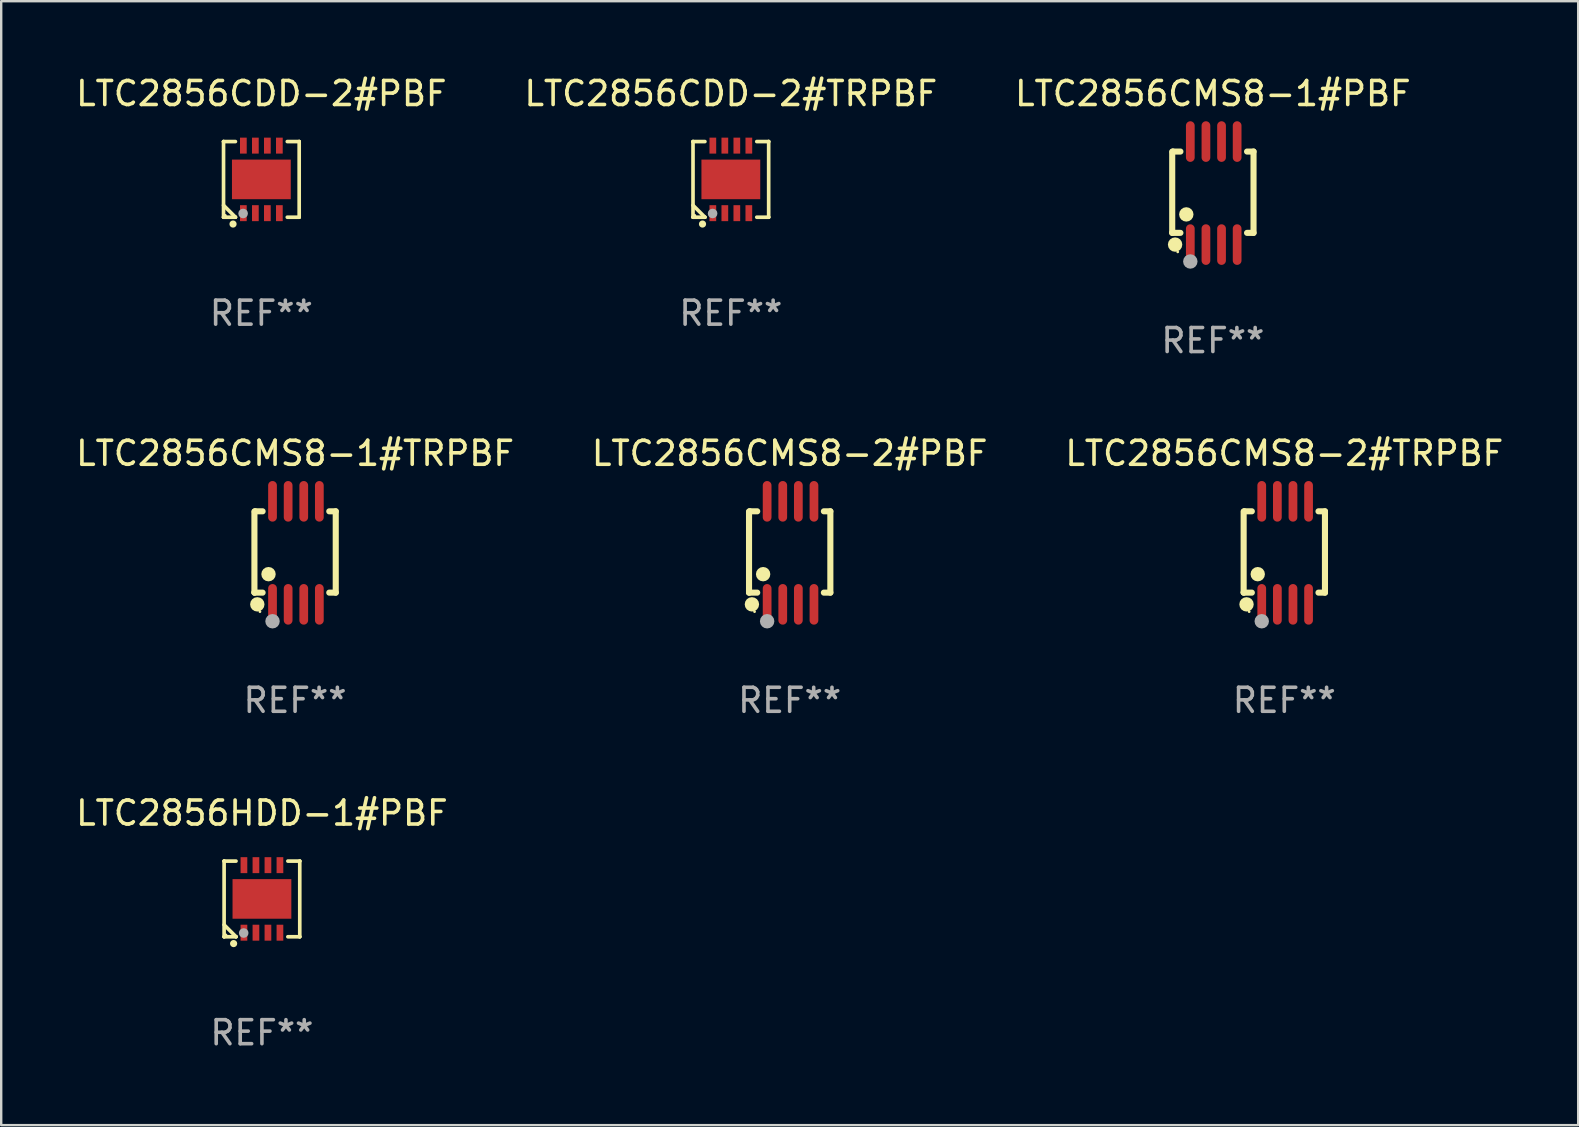
<source format=kicad_pcb>
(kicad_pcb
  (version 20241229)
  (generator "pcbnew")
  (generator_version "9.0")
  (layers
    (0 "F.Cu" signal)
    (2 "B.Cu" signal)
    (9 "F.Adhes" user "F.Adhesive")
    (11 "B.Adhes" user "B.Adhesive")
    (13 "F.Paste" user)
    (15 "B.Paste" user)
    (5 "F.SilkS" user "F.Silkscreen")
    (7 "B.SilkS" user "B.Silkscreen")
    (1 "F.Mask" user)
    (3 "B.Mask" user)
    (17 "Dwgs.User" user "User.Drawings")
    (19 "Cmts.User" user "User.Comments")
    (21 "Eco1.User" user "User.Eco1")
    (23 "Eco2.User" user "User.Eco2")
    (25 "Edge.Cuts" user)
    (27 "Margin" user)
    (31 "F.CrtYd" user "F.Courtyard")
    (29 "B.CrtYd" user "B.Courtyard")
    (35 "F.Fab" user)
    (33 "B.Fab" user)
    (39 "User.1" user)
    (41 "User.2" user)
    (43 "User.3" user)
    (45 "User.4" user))
  (footprint "LTC2856CMS8-2#TRPBF"
    (layer "F.Cu")
    (at 50.458 19.983)
    (property "Reference" "LTC2856CMS8-2#TRPBF" (at 0 -4.146 0) (layer "F.SilkS") (effects (font (size 1 1) (thickness 0.15))))
    (attr through_hole)
    (fp_line (start -1.694 -1.724) (end -1.694 1.652) (stroke (width 0.254) (type solid)) (layer "F.SilkS"))
    (fp_line (start -1.694 1.652) (end -1.688 1.658) (stroke (width 0.254) (type solid)) (layer "F.SilkS"))
    (fp_line (start -1.688 1.658) (end -1.353 1.658) (stroke (width 0.254) (type solid)) (layer "F.SilkS"))
    (fp_line (start -1.661 -1.73) (end -1.681 -1.71) (stroke (width 0.254) (type solid)) (layer "F.SilkS"))
    (fp_line (start -1.353 -1.73) (end -1.661 -1.73) (stroke (width 0.254) (type solid)) (layer "F.SilkS"))
    (fp_line (start 1.424 1.658) (end 1.694 1.658) (stroke (width 0.254) (type solid)) (layer "F.SilkS"))
    (fp_line (start 1.694 -1.73) (end 1.424 -1.73) (stroke (width 0.254) (type solid)) (layer "F.SilkS"))
    (fp_line (start 1.694 1.658) (end 1.694 -1.73) (stroke (width 0.254) (type solid)) (layer "F.SilkS"))
    (fp_circle (center -1.574 2.146) (end -1.424 2.146) (stroke (width 0.3) (type solid)) (fill no) (layer "F.SilkS"))
    (fp_circle (center -1.464 2.45) (end -1.434 2.45) (stroke (width 0.06) (type solid)) (fill no) (layer "F.SilkS"))
    (fp_circle (center -1.107 0.889) (end -0.957 0.889) (stroke (width 0.3) (type solid)) (fill no) (layer "F.SilkS"))
    (fp_circle (center -0.94 2.85) (end -0.789 2.85) (stroke (width 0.3) (type solid)) (fill no) (layer "F.Fab"))
    (fp_text user "REF**" (at 0 6.146 0) (layer "F.Fab") (effects (font (size 1 1) (thickness 0.15))))
    (pad "1" smd oval (at -0.94 2.146) (size 0.364 1.692) (layers "F.Cu" "F.Mask" "F.Paste"))
    (pad "2" smd oval (at -0.289 2.146) (size 0.364 1.692) (layers "F.Cu" "F.Mask" "F.Paste"))
    (pad "3" smd oval (at 0.361 2.146) (size 0.364 1.692) (layers "F.Cu" "F.Mask" "F.Paste"))
    (pad "4" smd oval (at 1.011 2.146) (size 0.364 1.692) (layers "F.Cu" "F.Mask" "F.Paste"))
    (pad "5" smd oval (at 1.011 -2.146) (size 0.364 1.692) (layers "F.Cu" "F.Mask" "F.Paste"))
    (pad "6" smd oval (at 0.361 -2.146) (size 0.364 1.692) (layers "F.Cu" "F.Mask" "F.Paste"))
    (pad "7" smd oval (at -0.289 -2.146) (size 0.364 1.692) (layers "F.Cu" "F.Mask" "F.Paste"))
    (pad "8" smd oval (at -0.94 -2.146) (size 0.364 1.692) (layers "F.Cu" "F.Mask" "F.Paste")))
  (footprint "LTC2856CMS8-1#TRPBF"
    (layer "F.Cu")
    (at 9.244 19.983)
    (property "Reference" "LTC2856CMS8-1#TRPBF" (at 0 -4.146 0) (layer "F.SilkS") (effects (font (size 1 1) (thickness 0.15))))
    (attr through_hole)
    (fp_line (start -1.694 -1.724) (end -1.694 1.652) (stroke (width 0.254) (type solid)) (layer "F.SilkS"))
    (fp_line (start -1.694 1.652) (end -1.688 1.658) (stroke (width 0.254) (type solid)) (layer "F.SilkS"))
    (fp_line (start -1.688 1.658) (end -1.353 1.658) (stroke (width 0.254) (type solid)) (layer "F.SilkS"))
    (fp_line (start -1.661 -1.73) (end -1.681 -1.71) (stroke (width 0.254) (type solid)) (layer "F.SilkS"))
    (fp_line (start -1.353 -1.73) (end -1.661 -1.73) (stroke (width 0.254) (type solid)) (layer "F.SilkS"))
    (fp_line (start 1.424 1.658) (end 1.694 1.658) (stroke (width 0.254) (type solid)) (layer "F.SilkS"))
    (fp_line (start 1.694 -1.73) (end 1.424 -1.73) (stroke (width 0.254) (type solid)) (layer "F.SilkS"))
    (fp_line (start 1.694 1.658) (end 1.694 -1.73) (stroke (width 0.254) (type solid)) (layer "F.SilkS"))
    (fp_circle (center -1.574 2.146) (end -1.424 2.146) (stroke (width 0.3) (type solid)) (fill no) (layer "F.SilkS"))
    (fp_circle (center -1.464 2.45) (end -1.434 2.45) (stroke (width 0.06) (type solid)) (fill no) (layer "F.SilkS"))
    (fp_circle (center -1.107 0.889) (end -0.957 0.889) (stroke (width 0.3) (type solid)) (fill no) (layer "F.SilkS"))
    (fp_circle (center -0.94 2.85) (end -0.789 2.85) (stroke (width 0.3) (type solid)) (fill no) (layer "F.Fab"))
    (fp_text user "REF**" (at 0 6.146 0) (layer "F.Fab") (effects (font (size 1 1) (thickness 0.15))))
    (pad "1" smd oval (at -0.94 2.146) (size 0.364 1.692) (layers "F.Cu" "F.Mask" "F.Paste"))
    (pad "2" smd oval (at -0.289 2.146) (size 0.364 1.692) (layers "F.Cu" "F.Mask" "F.Paste"))
    (pad "3" smd oval (at 0.361 2.146) (size 0.364 1.692) (layers "F.Cu" "F.Mask" "F.Paste"))
    (pad "4" smd oval (at 1.011 2.146) (size 0.364 1.692) (layers "F.Cu" "F.Mask" "F.Paste"))
    (pad "5" smd oval (at 1.011 -2.146) (size 0.364 1.692) (layers "F.Cu" "F.Mask" "F.Paste"))
    (pad "6" smd oval (at 0.361 -2.146) (size 0.364 1.692) (layers "F.Cu" "F.Mask" "F.Paste"))
    (pad "7" smd oval (at -0.289 -2.146) (size 0.364 1.692) (layers "F.Cu" "F.Mask" "F.Paste"))
    (pad "8" smd oval (at -0.94 -2.146) (size 0.364 1.692) (layers "F.Cu" "F.Mask" "F.Paste")))
  (footprint "LTC2856CMS8-1#PBF"
    (layer "F.Cu")
    (at 47.482 4.994)
    (property "Reference" "LTC2856CMS8-1#PBF" (at 0 -4.146 0) (layer "F.SilkS") (effects (font (size 1 1) (thickness 0.15))))
    (attr through_hole)
    (fp_line (start -1.694 -1.724) (end -1.694 1.652) (stroke (width 0.254) (type solid)) (layer "F.SilkS"))
    (fp_line (start -1.694 1.652) (end -1.688 1.658) (stroke (width 0.254) (type solid)) (layer "F.SilkS"))
    (fp_line (start -1.688 1.658) (end -1.353 1.658) (stroke (width 0.254) (type solid)) (layer "F.SilkS"))
    (fp_line (start -1.661 -1.73) (end -1.681 -1.71) (stroke (width 0.254) (type solid)) (layer "F.SilkS"))
    (fp_line (start -1.353 -1.73) (end -1.661 -1.73) (stroke (width 0.254) (type solid)) (layer "F.SilkS"))
    (fp_line (start 1.424 1.658) (end 1.694 1.658) (stroke (width 0.254) (type solid)) (layer "F.SilkS"))
    (fp_line (start 1.694 -1.73) (end 1.424 -1.73) (stroke (width 0.254) (type solid)) (layer "F.SilkS"))
    (fp_line (start 1.694 1.658) (end 1.694 -1.73) (stroke (width 0.254) (type solid)) (layer "F.SilkS"))
    (fp_circle (center -1.574 2.146) (end -1.424 2.146) (stroke (width 0.3) (type solid)) (fill no) (layer "F.SilkS"))
    (fp_circle (center -1.464 2.45) (end -1.434 2.45) (stroke (width 0.06) (type solid)) (fill no) (layer "F.SilkS"))
    (fp_circle (center -1.107 0.889) (end -0.957 0.889) (stroke (width 0.3) (type solid)) (fill no) (layer "F.SilkS"))
    (fp_circle (center -0.94 2.85) (end -0.789 2.85) (stroke (width 0.3) (type solid)) (fill no) (layer "F.Fab"))
    (fp_text user "REF**" (at 0 6.146 0) (layer "F.Fab") (effects (font (size 1 1) (thickness 0.15))))
    (pad "1" smd oval (at -0.94 2.146) (size 0.364 1.692) (layers "F.Cu" "F.Mask" "F.Paste"))
    (pad "2" smd oval (at -0.289 2.146) (size 0.364 1.692) (layers "F.Cu" "F.Mask" "F.Paste"))
    (pad "3" smd oval (at 0.361 2.146) (size 0.364 1.692) (layers "F.Cu" "F.Mask" "F.Paste"))
    (pad "4" smd oval (at 1.011 2.146) (size 0.364 1.692) (layers "F.Cu" "F.Mask" "F.Paste"))
    (pad "5" smd oval (at 1.011 -2.146) (size 0.364 1.692) (layers "F.Cu" "F.Mask" "F.Paste"))
    (pad "6" smd oval (at 0.361 -2.146) (size 0.364 1.692) (layers "F.Cu" "F.Mask" "F.Paste"))
    (pad "7" smd oval (at -0.289 -2.146) (size 0.364 1.692) (layers "F.Cu" "F.Mask" "F.Paste"))
    (pad "8" smd oval (at -0.94 -2.146) (size 0.364 1.692) (layers "F.Cu" "F.Mask" "F.Paste")))
  (footprint "LTC2856CDD-2#PBF"
    (layer "F.Cu")
    (at 7.839 4.424)
    (property "Reference" "LTC2856CDD-2#PBF" (at 0 -3.576 0) (layer "F.SilkS") (effects (font (size 1 1) (thickness 0.15))))
    (attr through_hole)
    (fp_line (start -1.576 -1.576) (end -1.576 -1.576) (stroke (width 0.152) (type solid)) (layer "F.SilkS"))
    (fp_line (start -1.576 -1.576) (end -1.08 -1.576) (stroke (width 0.152) (type solid)) (layer "F.SilkS"))
    (fp_line (start -1.576 1.576) (end -1.576 -1.576) (stroke (width 0.152) (type solid)) (layer "F.SilkS"))
    (fp_line (start -1.576 1.576) (end -1.576 1.576) (stroke (width 0.152) (type solid)) (layer "F.SilkS"))
    (fp_line (start -1.08 1.575) (end -1.576 1.079) (stroke (width 0.152) (type solid)) (layer "F.SilkS"))
    (fp_line (start -1.08 1.576) (end -1.576 1.576) (stroke (width 0.152) (type solid)) (layer "F.SilkS"))
    (fp_line (start -1.08 1.576) (end -1.08 1.575) (stroke (width 0.152) (type solid)) (layer "F.SilkS"))
    (fp_line (start 1.08 1.576) (end 1.576 1.576) (stroke (width 0.152) (type solid)) (layer "F.SilkS"))
    (fp_line (start 1.576 -1.576) (end 1.08 -1.576) (stroke (width 0.152) (type solid)) (layer "F.SilkS"))
    (fp_line (start 1.576 -1.576) (end 1.576 -1.576) (stroke (width 0.152) (type solid)) (layer "F.SilkS"))
    (fp_line (start 1.576 1.576) (end 1.576 -1.576) (stroke (width 0.152) (type solid)) (layer "F.SilkS"))
    (fp_line (start 1.576 1.576) (end 1.576 1.576) (stroke (width 0.152) (type solid)) (layer "F.SilkS"))
    (fp_circle (center -1.5 1.5) (end -1.47 1.5) (stroke (width 0.06) (type solid)) (fill no) (layer "F.SilkS"))
    (fp_circle (center -1.18 1.86) (end -1.105 1.86) (stroke (width 0.15) (type solid)) (fill no) (layer "F.SilkS"))
    (fp_circle (center -0.76 1.42) (end -0.66 1.42) (stroke (width 0.2) (type solid)) (fill no) (layer "F.Fab"))
    (fp_text user "REF**" (at 0 5.576 0) (layer "F.Fab") (effects (font (size 1 1) (thickness 0.15))))
    (pad "1" smd rect (at -0.75 1.407) (size 0.28 0.665) (layers "F.Cu" "F.Mask" "F.Paste"))
    (pad "2" smd rect (at -0.25 1.407) (size 0.28 0.665) (layers "F.Cu" "F.Mask" "F.Paste"))
    (pad "3" smd rect (at 0.25 1.407) (size 0.28 0.665) (layers "F.Cu" "F.Mask" "F.Paste"))
    (pad "4" smd rect (at 0.75 1.407) (size 0.28 0.665) (layers "F.Cu" "F.Mask" "F.Paste"))
    (pad "5" smd rect (at 0.75 -1.407) (size 0.28 0.665) (layers "F.Cu" "F.Mask" "F.Paste"))
    (pad "6" smd rect (at 0.25 -1.407) (size 0.28 0.665) (layers "F.Cu" "F.Mask" "F.Paste"))
    (pad "7" smd rect (at -0.25 -1.407) (size 0.28 0.665) (layers "F.Cu" "F.Mask" "F.Paste"))
    (pad "8" smd rect (at -0.75 -1.407) (size 0.28 0.665) (layers "F.Cu" "F.Mask" "F.Paste"))
    (pad "9" smd rect (at 0 0) (size 2.45 1.65) (layers "F.Cu" "F.Mask" "F.Paste")))
  (footprint "LTC2856CMS8-2#PBF"
    (layer "F.Cu")
    (at 29.851 19.983)
    (property "Reference" "LTC2856CMS8-2#PBF" (at 0 -4.146 0) (layer "F.SilkS") (effects (font (size 1 1) (thickness 0.15))))
    (attr through_hole)
    (fp_line (start -1.694 -1.724) (end -1.694 1.652) (stroke (width 0.254) (type solid)) (layer "F.SilkS"))
    (fp_line (start -1.694 1.652) (end -1.688 1.658) (stroke (width 0.254) (type solid)) (layer "F.SilkS"))
    (fp_line (start -1.688 1.658) (end -1.353 1.658) (stroke (width 0.254) (type solid)) (layer "F.SilkS"))
    (fp_line (start -1.661 -1.73) (end -1.681 -1.71) (stroke (width 0.254) (type solid)) (layer "F.SilkS"))
    (fp_line (start -1.353 -1.73) (end -1.661 -1.73) (stroke (width 0.254) (type solid)) (layer "F.SilkS"))
    (fp_line (start 1.424 1.658) (end 1.694 1.658) (stroke (width 0.254) (type solid)) (layer "F.SilkS"))
    (fp_line (start 1.694 -1.73) (end 1.424 -1.73) (stroke (width 0.254) (type solid)) (layer "F.SilkS"))
    (fp_line (start 1.694 1.658) (end 1.694 -1.73) (stroke (width 0.254) (type solid)) (layer "F.SilkS"))
    (fp_circle (center -1.574 2.146) (end -1.424 2.146) (stroke (width 0.3) (type solid)) (fill no) (layer "F.SilkS"))
    (fp_circle (center -1.464 2.45) (end -1.434 2.45) (stroke (width 0.06) (type solid)) (fill no) (layer "F.SilkS"))
    (fp_circle (center -1.107 0.889) (end -0.957 0.889) (stroke (width 0.3) (type solid)) (fill no) (layer "F.SilkS"))
    (fp_circle (center -0.94 2.85) (end -0.789 2.85) (stroke (width 0.3) (type solid)) (fill no) (layer "F.Fab"))
    (fp_text user "REF**" (at 0 6.146 0) (layer "F.Fab") (effects (font (size 1 1) (thickness 0.15))))
    (pad "1" smd oval (at -0.94 2.146) (size 0.364 1.692) (layers "F.Cu" "F.Mask" "F.Paste"))
    (pad "2" smd oval (at -0.289 2.146) (size 0.364 1.692) (layers "F.Cu" "F.Mask" "F.Paste"))
    (pad "3" smd oval (at 0.361 2.146) (size 0.364 1.692) (layers "F.Cu" "F.Mask" "F.Paste"))
    (pad "4" smd oval (at 1.011 2.146) (size 0.364 1.692) (layers "F.Cu" "F.Mask" "F.Paste"))
    (pad "5" smd oval (at 1.011 -2.146) (size 0.364 1.692) (layers "F.Cu" "F.Mask" "F.Paste"))
    (pad "6" smd oval (at 0.361 -2.146) (size 0.364 1.692) (layers "F.Cu" "F.Mask" "F.Paste"))
    (pad "7" smd oval (at -0.289 -2.146) (size 0.364 1.692) (layers "F.Cu" "F.Mask" "F.Paste"))
    (pad "8" smd oval (at -0.94 -2.146) (size 0.364 1.692) (layers "F.Cu" "F.Mask" "F.Paste")))
  (footprint "LTC2856CDD-2#TRPBF"
    (layer "F.Cu")
    (at 27.399 4.424)
    (property "Reference" "LTC2856CDD-2#TRPBF" (at 0 -3.576 0) (layer "F.SilkS") (effects (font (size 1 1) (thickness 0.15))))
    (attr through_hole)
    (fp_line (start -1.576 -1.576) (end -1.576 -1.576) (stroke (width 0.152) (type solid)) (layer "F.SilkS"))
    (fp_line (start -1.576 -1.576) (end -1.08 -1.576) (stroke (width 0.152) (type solid)) (layer "F.SilkS"))
    (fp_line (start -1.576 1.576) (end -1.576 -1.576) (stroke (width 0.152) (type solid)) (layer "F.SilkS"))
    (fp_line (start -1.576 1.576) (end -1.576 1.576) (stroke (width 0.152) (type solid)) (layer "F.SilkS"))
    (fp_line (start -1.08 1.575) (end -1.576 1.079) (stroke (width 0.152) (type solid)) (layer "F.SilkS"))
    (fp_line (start -1.08 1.576) (end -1.576 1.576) (stroke (width 0.152) (type solid)) (layer "F.SilkS"))
    (fp_line (start -1.08 1.576) (end -1.08 1.575) (stroke (width 0.152) (type solid)) (layer "F.SilkS"))
    (fp_line (start 1.08 1.576) (end 1.576 1.576) (stroke (width 0.152) (type solid)) (layer "F.SilkS"))
    (fp_line (start 1.576 -1.576) (end 1.08 -1.576) (stroke (width 0.152) (type solid)) (layer "F.SilkS"))
    (fp_line (start 1.576 -1.576) (end 1.576 -1.576) (stroke (width 0.152) (type solid)) (layer "F.SilkS"))
    (fp_line (start 1.576 1.576) (end 1.576 -1.576) (stroke (width 0.152) (type solid)) (layer "F.SilkS"))
    (fp_line (start 1.576 1.576) (end 1.576 1.576) (stroke (width 0.152) (type solid)) (layer "F.SilkS"))
    (fp_circle (center -1.5 1.5) (end -1.47 1.5) (stroke (width 0.06) (type solid)) (fill no) (layer "F.SilkS"))
    (fp_circle (center -1.18 1.86) (end -1.105 1.86) (stroke (width 0.15) (type solid)) (fill no) (layer "F.SilkS"))
    (fp_circle (center -0.76 1.42) (end -0.66 1.42) (stroke (width 0.2) (type solid)) (fill no) (layer "F.Fab"))
    (fp_text user "REF**" (at 0 5.576 0) (layer "F.Fab") (effects (font (size 1 1) (thickness 0.15))))
    (pad "1" smd rect (at -0.75 1.407) (size 0.28 0.665) (layers "F.Cu" "F.Mask" "F.Paste"))
    (pad "2" smd rect (at -0.25 1.407) (size 0.28 0.665) (layers "F.Cu" "F.Mask" "F.Paste"))
    (pad "3" smd rect (at 0.25 1.407) (size 0.28 0.665) (layers "F.Cu" "F.Mask" "F.Paste"))
    (pad "4" smd rect (at 0.75 1.407) (size 0.28 0.665) (layers "F.Cu" "F.Mask" "F.Paste"))
    (pad "5" smd rect (at 0.75 -1.407) (size 0.28 0.665) (layers "F.Cu" "F.Mask" "F.Paste"))
    (pad "6" smd rect (at 0.25 -1.407) (size 0.28 0.665) (layers "F.Cu" "F.Mask" "F.Paste"))
    (pad "7" smd rect (at -0.25 -1.407) (size 0.28 0.665) (layers "F.Cu" "F.Mask" "F.Paste"))
    (pad "8" smd rect (at -0.75 -1.407) (size 0.28 0.665) (layers "F.Cu" "F.Mask" "F.Paste"))
    (pad "9" smd rect (at 0 0) (size 2.45 1.65) (layers "F.Cu" "F.Mask" "F.Paste")))
  (footprint "LTC2856HDD-1#PBF"
    (layer "F.Cu")
    (at 7.863 34.402)
    (property "Reference" "LTC2856HDD-1#PBF" (at 0 -3.576 0) (layer "F.SilkS") (effects (font (size 1 1) (thickness 0.15))))
    (attr through_hole)
    (fp_line (start -1.576 -1.576) (end -1.576 -1.576) (stroke (width 0.152) (type solid)) (layer "F.SilkS"))
    (fp_line (start -1.576 -1.576) (end -1.08 -1.576) (stroke (width 0.152) (type solid)) (layer "F.SilkS"))
    (fp_line (start -1.576 1.576) (end -1.576 -1.576) (stroke (width 0.152) (type solid)) (layer "F.SilkS"))
    (fp_line (start -1.576 1.576) (end -1.576 1.576) (stroke (width 0.152) (type solid)) (layer "F.SilkS"))
    (fp_line (start -1.08 1.575) (end -1.576 1.079) (stroke (width 0.152) (type solid)) (layer "F.SilkS"))
    (fp_line (start -1.08 1.576) (end -1.576 1.576) (stroke (width 0.152) (type solid)) (layer "F.SilkS"))
    (fp_line (start -1.08 1.576) (end -1.08 1.575) (stroke (width 0.152) (type solid)) (layer "F.SilkS"))
    (fp_line (start 1.08 1.576) (end 1.576 1.576) (stroke (width 0.152) (type solid)) (layer "F.SilkS"))
    (fp_line (start 1.576 -1.576) (end 1.08 -1.576) (stroke (width 0.152) (type solid)) (layer "F.SilkS"))
    (fp_line (start 1.576 -1.576) (end 1.576 -1.576) (stroke (width 0.152) (type solid)) (layer "F.SilkS"))
    (fp_line (start 1.576 1.576) (end 1.576 -1.576) (stroke (width 0.152) (type solid)) (layer "F.SilkS"))
    (fp_line (start 1.576 1.576) (end 1.576 1.576) (stroke (width 0.152) (type solid)) (layer "F.SilkS"))
    (fp_circle (center -1.5 1.5) (end -1.47 1.5) (stroke (width 0.06) (type solid)) (fill no) (layer "F.SilkS"))
    (fp_circle (center -1.18 1.86) (end -1.105 1.86) (stroke (width 0.15) (type solid)) (fill no) (layer "F.SilkS"))
    (fp_circle (center -0.76 1.42) (end -0.66 1.42) (stroke (width 0.2) (type solid)) (fill no) (layer "F.Fab"))
    (fp_text user "REF**" (at 0 5.576 0) (layer "F.Fab") (effects (font (size 1 1) (thickness 0.15))))
    (pad "1" smd rect (at -0.75 1.407) (size 0.28 0.665) (layers "F.Cu" "F.Mask" "F.Paste"))
    (pad "2" smd rect (at -0.25 1.407) (size 0.28 0.665) (layers "F.Cu" "F.Mask" "F.Paste"))
    (pad "3" smd rect (at 0.25 1.407) (size 0.28 0.665) (layers "F.Cu" "F.Mask" "F.Paste"))
    (pad "4" smd rect (at 0.75 1.407) (size 0.28 0.665) (layers "F.Cu" "F.Mask" "F.Paste"))
    (pad "5" smd rect (at 0.75 -1.407) (size 0.28 0.665) (layers "F.Cu" "F.Mask" "F.Paste"))
    (pad "6" smd rect (at 0.25 -1.407) (size 0.28 0.665) (layers "F.Cu" "F.Mask" "F.Paste"))
    (pad "7" smd rect (at -0.25 -1.407) (size 0.28 0.665) (layers "F.Cu" "F.Mask" "F.Paste"))
    (pad "8" smd rect (at -0.75 -1.407) (size 0.28 0.665) (layers "F.Cu" "F.Mask" "F.Paste"))
    (pad "9" smd rect (at 0 0) (size 2.45 1.65) (layers "F.Cu" "F.Mask" "F.Paste")))
  (gr_rect
    (start -3 -3)
    (end 62.702 43.826)
    (stroke (width 0.1) (type default))
    (fill no)
    (layer "Edge.Cuts")))
</source>
